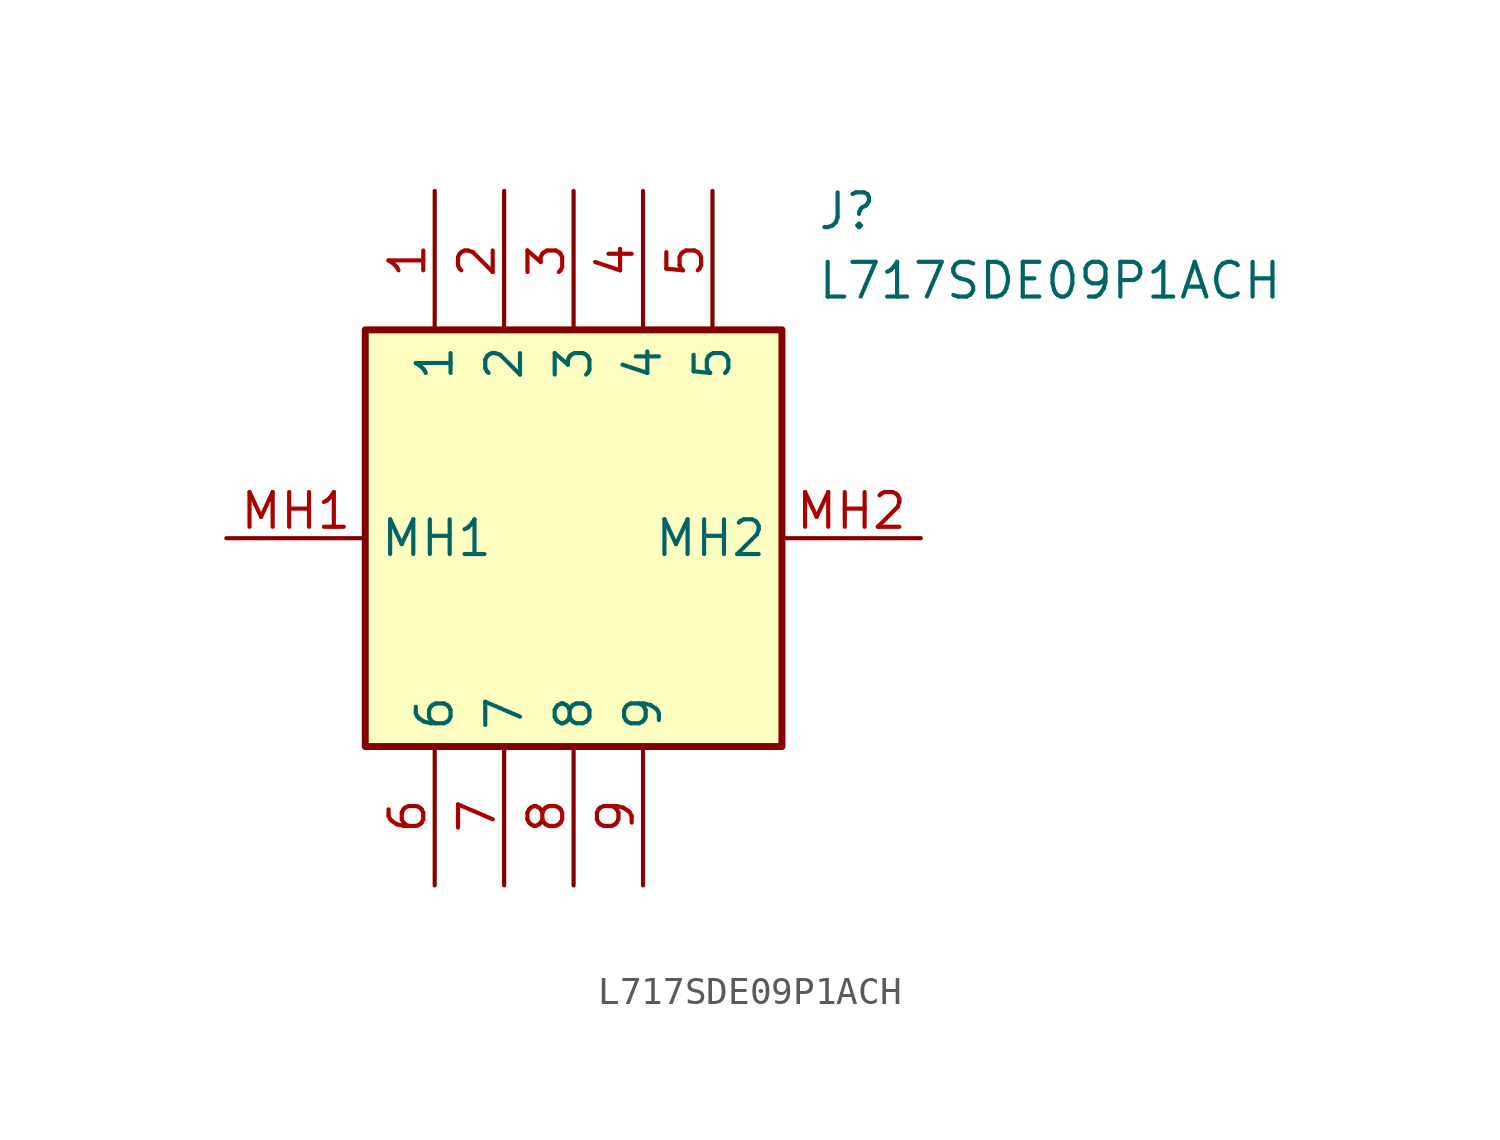
<source format=kicad_sym>
(kicad_symbol_lib
  (version 20211014)
  (generator SamacSys_ECAD_Model)
  (symbol "L717SDE09P1ACH"
    (property "Reference" "J"
      (at 21.59 12.7 0)
      (effects (font (size 1.27 1.27)) (justify left top)))
    (property "Value" "L717SDE09P1ACH"
      (at 21.59 10.16 0)
      (effects (font (size 1.27 1.27)) (justify left top)))
    (rectangle
      (start 5.08 7.62)
      (end 20.32 -7.62)
      (stroke (width 0.254) (type default))
      (fill (type background)))
    (pin passive line
      (at 7.62 12.7 270)
      (length 5.08)
      (name "1" (effects (font (size 1.27 1.27))))
      (number "1" (effects (font (size 1.27 1.27)))))
    (pin passive line
      (at 10.16 12.7 270)
      (length 5.08)
      (name "2" (effects (font (size 1.27 1.27))))
      (number "2" (effects (font (size 1.27 1.27)))))
    (pin passive line
      (at 12.7 12.7 270)
      (length 5.08)
      (name "3" (effects (font (size 1.27 1.27))))
      (number "3" (effects (font (size 1.27 1.27)))))
    (pin passive line
      (at 15.24 12.7 270)
      (length 5.08)
      (name "4" (effects (font (size 1.27 1.27))))
      (number "4" (effects (font (size 1.27 1.27)))))
    (pin passive line
      (at 17.78 12.7 270)
      (length 5.08)
      (name "5" (effects (font (size 1.27 1.27))))
      (number "5" (effects (font (size 1.27 1.27)))))
    (pin passive line
      (at 7.62 -12.7 90)
      (length 5.08)
      (name "6" (effects (font (size 1.27 1.27))))
      (number "6" (effects (font (size 1.27 1.27)))))
    (pin passive line
      (at 10.16 -12.7 90)
      (length 5.08)
      (name "7" (effects (font (size 1.27 1.27))))
      (number "7" (effects (font (size 1.27 1.27)))))
    (pin passive line
      (at 12.7 -12.7 90)
      (length 5.08)
      (name "8" (effects (font (size 1.27 1.27))))
      (number "8" (effects (font (size 1.27 1.27)))))
    (pin passive line
      (at 15.24 -12.7 90)
      (length 5.08)
      (name "9" (effects (font (size 1.27 1.27))))
      (number "9" (effects (font (size 1.27 1.27)))))
    (pin passive line
      (at 0 0 0)
      (length 5.08)
      (name "MH1" (effects (font (size 1.27 1.27))))
      (number "MH1" (effects (font (size 1.27 1.27)))))
    (pin passive line
      (at 25.4 0 180)
      (length 5.08)
      (name "MH2" (effects (font (size 1.27 1.27))))
      (number "MH2" (effects (font (size 1.27 1.27)))))))
</source>
